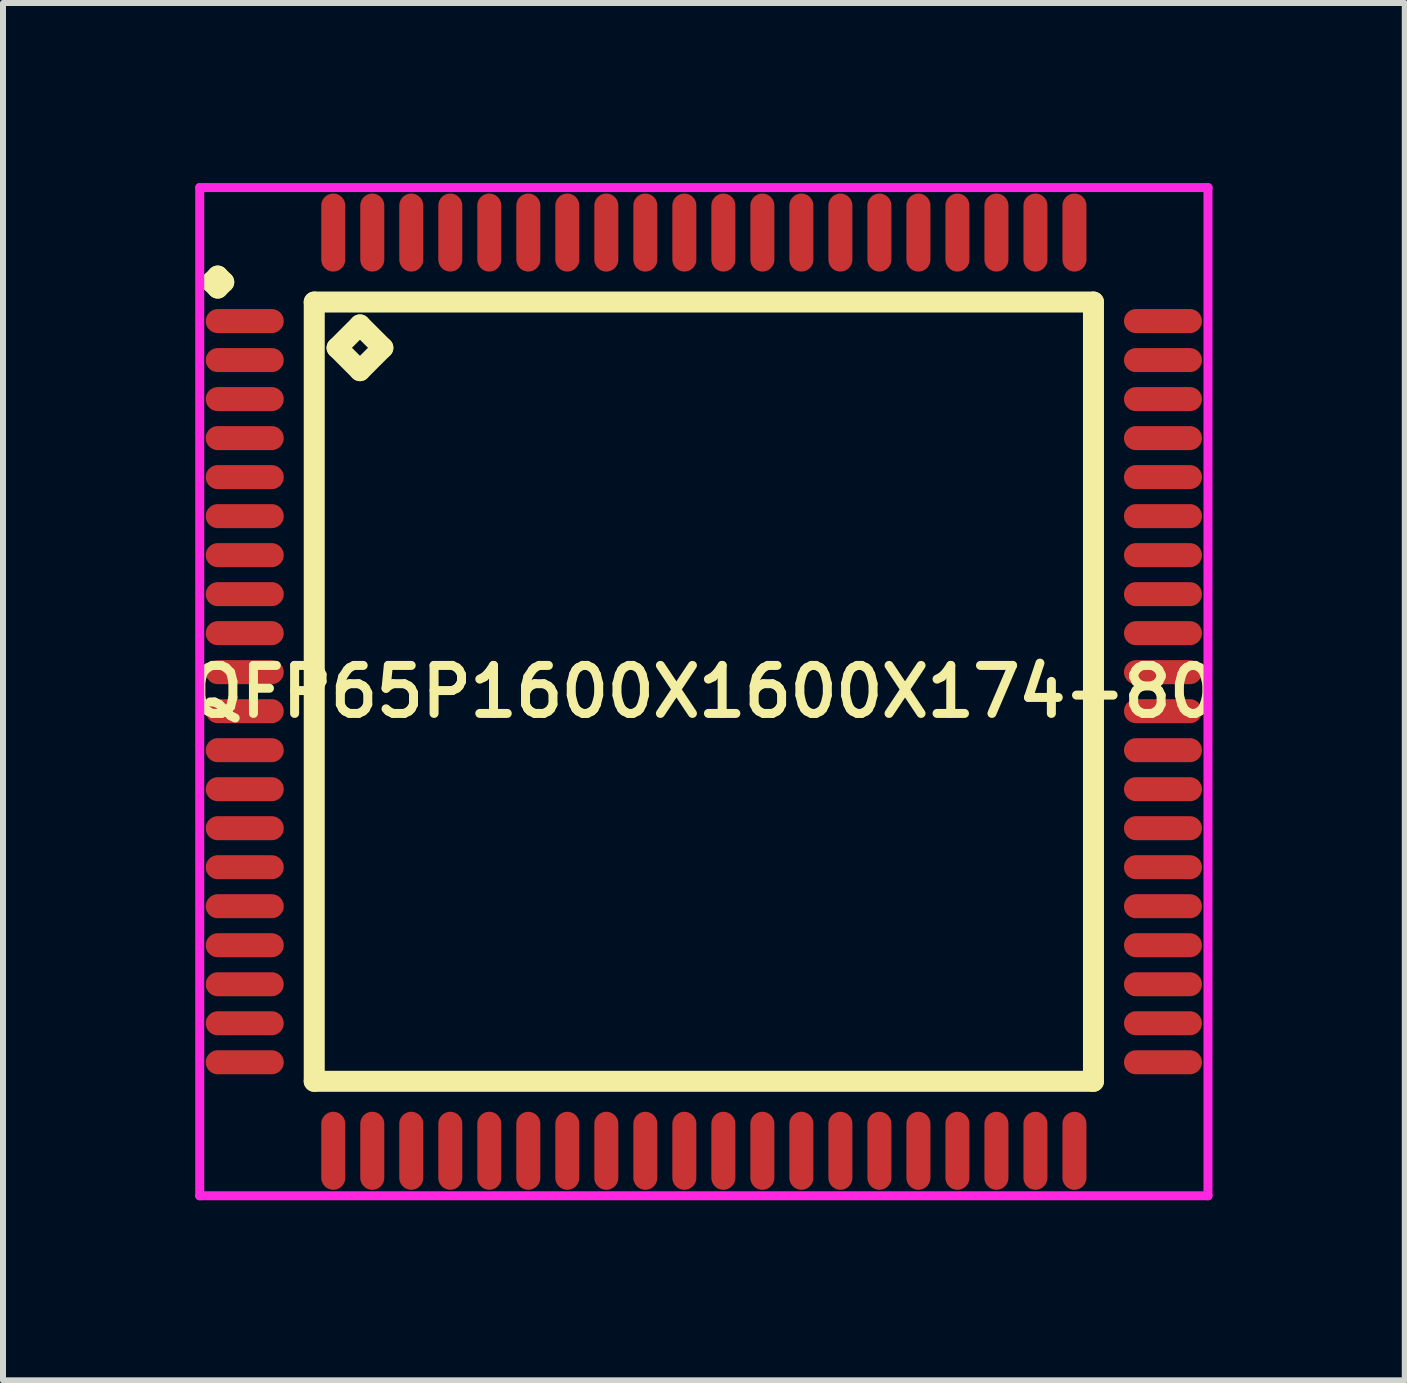
<source format=kicad_pcb>
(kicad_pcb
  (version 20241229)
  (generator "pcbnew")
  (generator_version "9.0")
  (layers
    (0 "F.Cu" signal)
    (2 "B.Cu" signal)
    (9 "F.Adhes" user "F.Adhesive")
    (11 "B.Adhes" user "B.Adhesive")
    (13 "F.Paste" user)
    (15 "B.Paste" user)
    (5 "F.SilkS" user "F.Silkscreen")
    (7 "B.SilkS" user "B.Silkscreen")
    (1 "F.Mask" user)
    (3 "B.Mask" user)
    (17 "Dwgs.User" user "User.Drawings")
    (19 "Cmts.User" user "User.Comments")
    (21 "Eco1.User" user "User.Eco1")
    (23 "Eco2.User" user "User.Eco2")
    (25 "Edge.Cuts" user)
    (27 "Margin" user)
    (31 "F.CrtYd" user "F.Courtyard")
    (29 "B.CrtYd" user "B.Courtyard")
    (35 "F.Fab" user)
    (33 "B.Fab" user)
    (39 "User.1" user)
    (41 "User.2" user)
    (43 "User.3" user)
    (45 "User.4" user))
  (footprint "QFP65P1600X1600X174-80"
    (layer "F.Cu")
    (at 8.678 8.475)
    (property "Reference" "QFP65P1600X1600X174-80" (at 0 0 0) (layer "F.SilkS") (effects (font (size 0.8 0.8) (thickness 0.15))))
    (attr smd)
    (fp_line (start -8.2 -6.825) (end -8.1 -6.925) (stroke (width 0.35) (type solid)) (layer "F.SilkS"))
    (fp_line (start -8.1 -6.925) (end -8 -6.825) (stroke (width 0.35) (type solid)) (layer "F.SilkS"))
    (fp_line (start -8.1 -6.725) (end -8.2 -6.825) (stroke (width 0.35) (type solid)) (layer "F.SilkS"))
    (fp_line (start -8 -6.825) (end -8.1 -6.725) (stroke (width 0.35) (type solid)) (layer "F.SilkS"))
    (fp_line (start -6.492 -6.492) (end -6.492 6.492) (stroke (width 0.35) (type solid)) (layer "F.SilkS"))
    (fp_line (start -6.492 6.492) (end 6.492 6.492) (stroke (width 0.35) (type solid)) (layer "F.SilkS"))
    (fp_line (start -6.111 -5.73) (end -5.73 -6.111) (stroke (width 0.35) (type solid)) (layer "F.SilkS"))
    (fp_line (start -5.73 -6.111) (end -5.349 -5.73) (stroke (width 0.35) (type solid)) (layer "F.SilkS"))
    (fp_line (start -5.73 -5.349) (end -6.111 -5.73) (stroke (width 0.35) (type solid)) (layer "F.SilkS"))
    (fp_line (start -5.349 -5.73) (end -5.73 -5.349) (stroke (width 0.35) (type solid)) (layer "F.SilkS"))
    (fp_line (start 6.492 -6.492) (end -6.492 -6.492) (stroke (width 0.35) (type solid)) (layer "F.SilkS"))
    (fp_line (start 6.492 6.492) (end 6.492 -6.492) (stroke (width 0.35) (type solid)) (layer "F.SilkS"))
    (fp_line (start -8.4 -8.4) (end 8.4 -8.4) (stroke (width 0.15) (type solid)) (layer "F.CrtYd"))
    (fp_line (start -8.4 8.4) (end -8.4 -8.4) (stroke (width 0.15) (type solid)) (layer "F.CrtYd"))
    (fp_line (start 8.4 -8.4) (end 8.4 8.4) (stroke (width 0.15) (type solid)) (layer "F.CrtYd"))
    (fp_line (start 8.4 8.4) (end -8.4 8.4) (stroke (width 0.15) (type solid)) (layer "F.CrtYd"))
    (pad "1" smd oval (at -7.65 -6.175) (size 1.3 0.4) (layers "F.Cu" "F.Mask" "F.Paste"))
    (pad "2" smd oval (at -7.65 -5.525) (size 1.3 0.4) (layers "F.Cu" "F.Mask" "F.Paste"))
    (pad "3" smd oval (at -7.65 -4.875) (size 1.3 0.4) (layers "F.Cu" "F.Mask" "F.Paste"))
    (pad "4" smd oval (at -7.65 -4.225) (size 1.3 0.4) (layers "F.Cu" "F.Mask" "F.Paste"))
    (pad "5" smd oval (at -7.65 -3.575) (size 1.3 0.4) (layers "F.Cu" "F.Mask" "F.Paste"))
    (pad "6" smd oval (at -7.65 -2.925) (size 1.3 0.4) (layers "F.Cu" "F.Mask" "F.Paste"))
    (pad "7" smd oval (at -7.65 -2.275) (size 1.3 0.4) (layers "F.Cu" "F.Mask" "F.Paste"))
    (pad "8" smd oval (at -7.65 -1.625) (size 1.3 0.4) (layers "F.Cu" "F.Mask" "F.Paste"))
    (pad "9" smd oval (at -7.65 -0.975) (size 1.3 0.4) (layers "F.Cu" "F.Mask" "F.Paste"))
    (pad "10" smd oval (at -7.65 -0.325) (size 1.3 0.4) (layers "F.Cu" "F.Mask" "F.Paste"))
    (pad "11" smd oval (at -7.65 0.325) (size 1.3 0.4) (layers "F.Cu" "F.Mask" "F.Paste"))
    (pad "12" smd oval (at -7.65 0.975) (size 1.3 0.4) (layers "F.Cu" "F.Mask" "F.Paste"))
    (pad "13" smd oval (at -7.65 1.625) (size 1.3 0.4) (layers "F.Cu" "F.Mask" "F.Paste"))
    (pad "14" smd oval (at -7.65 2.275) (size 1.3 0.4) (layers "F.Cu" "F.Mask" "F.Paste"))
    (pad "15" smd oval (at -7.65 2.925) (size 1.3 0.4) (layers "F.Cu" "F.Mask" "F.Paste"))
    (pad "16" smd oval (at -7.65 3.575) (size 1.3 0.4) (layers "F.Cu" "F.Mask" "F.Paste"))
    (pad "17" smd oval (at -7.65 4.225) (size 1.3 0.4) (layers "F.Cu" "F.Mask" "F.Paste"))
    (pad "18" smd oval (at -7.65 4.875) (size 1.3 0.4) (layers "F.Cu" "F.Mask" "F.Paste"))
    (pad "19" smd oval (at -7.65 5.525) (size 1.3 0.4) (layers "F.Cu" "F.Mask" "F.Paste"))
    (pad "20" smd oval (at -7.65 6.175) (size 1.3 0.4) (layers "F.Cu" "F.Mask" "F.Paste"))
    (pad "21" smd oval (at -6.175 7.65) (size 0.4 1.3) (layers "F.Cu" "F.Mask" "F.Paste"))
    (pad "22" smd oval (at -5.525 7.65) (size 0.4 1.3) (layers "F.Cu" "F.Mask" "F.Paste"))
    (pad "23" smd oval (at -4.875 7.65) (size 0.4 1.3) (layers "F.Cu" "F.Mask" "F.Paste"))
    (pad "24" smd oval (at -4.225 7.65) (size 0.4 1.3) (layers "F.Cu" "F.Mask" "F.Paste"))
    (pad "25" smd oval (at -3.575 7.65) (size 0.4 1.3) (layers "F.Cu" "F.Mask" "F.Paste"))
    (pad "26" smd oval (at -2.925 7.65) (size 0.4 1.3) (layers "F.Cu" "F.Mask" "F.Paste"))
    (pad "27" smd oval (at -2.275 7.65) (size 0.4 1.3) (layers "F.Cu" "F.Mask" "F.Paste"))
    (pad "28" smd oval (at -1.625 7.65) (size 0.4 1.3) (layers "F.Cu" "F.Mask" "F.Paste"))
    (pad "29" smd oval (at -0.975 7.65) (size 0.4 1.3) (layers "F.Cu" "F.Mask" "F.Paste"))
    (pad "30" smd oval (at -0.325 7.65) (size 0.4 1.3) (layers "F.Cu" "F.Mask" "F.Paste"))
    (pad "31" smd oval (at 0.325 7.65) (size 0.4 1.3) (layers "F.Cu" "F.Mask" "F.Paste"))
    (pad "32" smd oval (at 0.975 7.65) (size 0.4 1.3) (layers "F.Cu" "F.Mask" "F.Paste"))
    (pad "33" smd oval (at 1.625 7.65) (size 0.4 1.3) (layers "F.Cu" "F.Mask" "F.Paste"))
    (pad "34" smd oval (at 2.275 7.65) (size 0.4 1.3) (layers "F.Cu" "F.Mask" "F.Paste"))
    (pad "35" smd oval (at 2.925 7.65) (size 0.4 1.3) (layers "F.Cu" "F.Mask" "F.Paste"))
    (pad "36" smd oval (at 3.575 7.65) (size 0.4 1.3) (layers "F.Cu" "F.Mask" "F.Paste"))
    (pad "37" smd oval (at 4.225 7.65) (size 0.4 1.3) (layers "F.Cu" "F.Mask" "F.Paste"))
    (pad "38" smd oval (at 4.875 7.65) (size 0.4 1.3) (layers "F.Cu" "F.Mask" "F.Paste"))
    (pad "39" smd oval (at 5.525 7.65) (size 0.4 1.3) (layers "F.Cu" "F.Mask" "F.Paste"))
    (pad "40" smd oval (at 6.175 7.65) (size 0.4 1.3) (layers "F.Cu" "F.Mask" "F.Paste"))
    (pad "41" smd oval (at 7.65 6.175) (size 1.3 0.4) (layers "F.Cu" "F.Mask" "F.Paste"))
    (pad "42" smd oval (at 7.65 5.525) (size 1.3 0.4) (layers "F.Cu" "F.Mask" "F.Paste"))
    (pad "43" smd oval (at 7.65 4.875) (size 1.3 0.4) (layers "F.Cu" "F.Mask" "F.Paste"))
    (pad "44" smd oval (at 7.65 4.225) (size 1.3 0.4) (layers "F.Cu" "F.Mask" "F.Paste"))
    (pad "45" smd oval (at 7.65 3.575) (size 1.3 0.4) (layers "F.Cu" "F.Mask" "F.Paste"))
    (pad "46" smd oval (at 7.65 2.925) (size 1.3 0.4) (layers "F.Cu" "F.Mask" "F.Paste"))
    (pad "47" smd oval (at 7.65 2.275) (size 1.3 0.4) (layers "F.Cu" "F.Mask" "F.Paste"))
    (pad "48" smd oval (at 7.65 1.625) (size 1.3 0.4) (layers "F.Cu" "F.Mask" "F.Paste"))
    (pad "49" smd oval (at 7.65 0.975) (size 1.3 0.4) (layers "F.Cu" "F.Mask" "F.Paste"))
    (pad "50" smd oval (at 7.65 0.325) (size 1.3 0.4) (layers "F.Cu" "F.Mask" "F.Paste"))
    (pad "51" smd oval (at 7.65 -0.325) (size 1.3 0.4) (layers "F.Cu" "F.Mask" "F.Paste"))
    (pad "52" smd oval (at 7.65 -0.975) (size 1.3 0.4) (layers "F.Cu" "F.Mask" "F.Paste"))
    (pad "53" smd oval (at 7.65 -1.625) (size 1.3 0.4) (layers "F.Cu" "F.Mask" "F.Paste"))
    (pad "54" smd oval (at 7.65 -2.275) (size 1.3 0.4) (layers "F.Cu" "F.Mask" "F.Paste"))
    (pad "55" smd oval (at 7.65 -2.925) (size 1.3 0.4) (layers "F.Cu" "F.Mask" "F.Paste"))
    (pad "56" smd oval (at 7.65 -3.575) (size 1.3 0.4) (layers "F.Cu" "F.Mask" "F.Paste"))
    (pad "57" smd oval (at 7.65 -4.225) (size 1.3 0.4) (layers "F.Cu" "F.Mask" "F.Paste"))
    (pad "58" smd oval (at 7.65 -4.875) (size 1.3 0.4) (layers "F.Cu" "F.Mask" "F.Paste"))
    (pad "59" smd oval (at 7.65 -5.525) (size 1.3 0.4) (layers "F.Cu" "F.Mask" "F.Paste"))
    (pad "60" smd oval (at 7.65 -6.175) (size 1.3 0.4) (layers "F.Cu" "F.Mask" "F.Paste"))
    (pad "61" smd oval (at 6.175 -7.65) (size 0.4 1.3) (layers "F.Cu" "F.Mask" "F.Paste"))
    (pad "62" smd oval (at 5.525 -7.65) (size 0.4 1.3) (layers "F.Cu" "F.Mask" "F.Paste"))
    (pad "63" smd oval (at 4.875 -7.65) (size 0.4 1.3) (layers "F.Cu" "F.Mask" "F.Paste"))
    (pad "64" smd oval (at 4.225 -7.65) (size 0.4 1.3) (layers "F.Cu" "F.Mask" "F.Paste"))
    (pad "65" smd oval (at 3.575 -7.65) (size 0.4 1.3) (layers "F.Cu" "F.Mask" "F.Paste"))
    (pad "66" smd oval (at 2.925 -7.65) (size 0.4 1.3) (layers "F.Cu" "F.Mask" "F.Paste"))
    (pad "67" smd oval (at 2.275 -7.65) (size 0.4 1.3) (layers "F.Cu" "F.Mask" "F.Paste"))
    (pad "68" smd oval (at 1.625 -7.65) (size 0.4 1.3) (layers "F.Cu" "F.Mask" "F.Paste"))
    (pad "69" smd oval (at 0.975 -7.65) (size 0.4 1.3) (layers "F.Cu" "F.Mask" "F.Paste"))
    (pad "70" smd oval (at 0.325 -7.65) (size 0.4 1.3) (layers "F.Cu" "F.Mask" "F.Paste"))
    (pad "71" smd oval (at -0.325 -7.65) (size 0.4 1.3) (layers "F.Cu" "F.Mask" "F.Paste"))
    (pad "72" smd oval (at -0.975 -7.65) (size 0.4 1.3) (layers "F.Cu" "F.Mask" "F.Paste"))
    (pad "73" smd oval (at -1.625 -7.65) (size 0.4 1.3) (layers "F.Cu" "F.Mask" "F.Paste"))
    (pad "74" smd oval (at -2.275 -7.65) (size 0.4 1.3) (layers "F.Cu" "F.Mask" "F.Paste"))
    (pad "75" smd oval (at -2.925 -7.65) (size 0.4 1.3) (layers "F.Cu" "F.Mask" "F.Paste"))
    (pad "76" smd oval (at -3.575 -7.65) (size 0.4 1.3) (layers "F.Cu" "F.Mask" "F.Paste"))
    (pad "77" smd oval (at -4.225 -7.65) (size 0.4 1.3) (layers "F.Cu" "F.Mask" "F.Paste"))
    (pad "78" smd oval (at -4.875 -7.65) (size 0.4 1.3) (layers "F.Cu" "F.Mask" "F.Paste"))
    (pad "79" smd oval (at -5.525 -7.65) (size 0.4 1.3) (layers "F.Cu" "F.Mask" "F.Paste"))
    (pad "80" smd oval (at -6.175 -7.65) (size 0.4 1.3) (layers "F.Cu" "F.Mask" "F.Paste")))
  (gr_rect
    (start -3 -3)
    (end 20.357 19.95)
    (stroke (width 0.1) (type default))
    (fill no)
    (layer "Edge.Cuts")))
</source>
